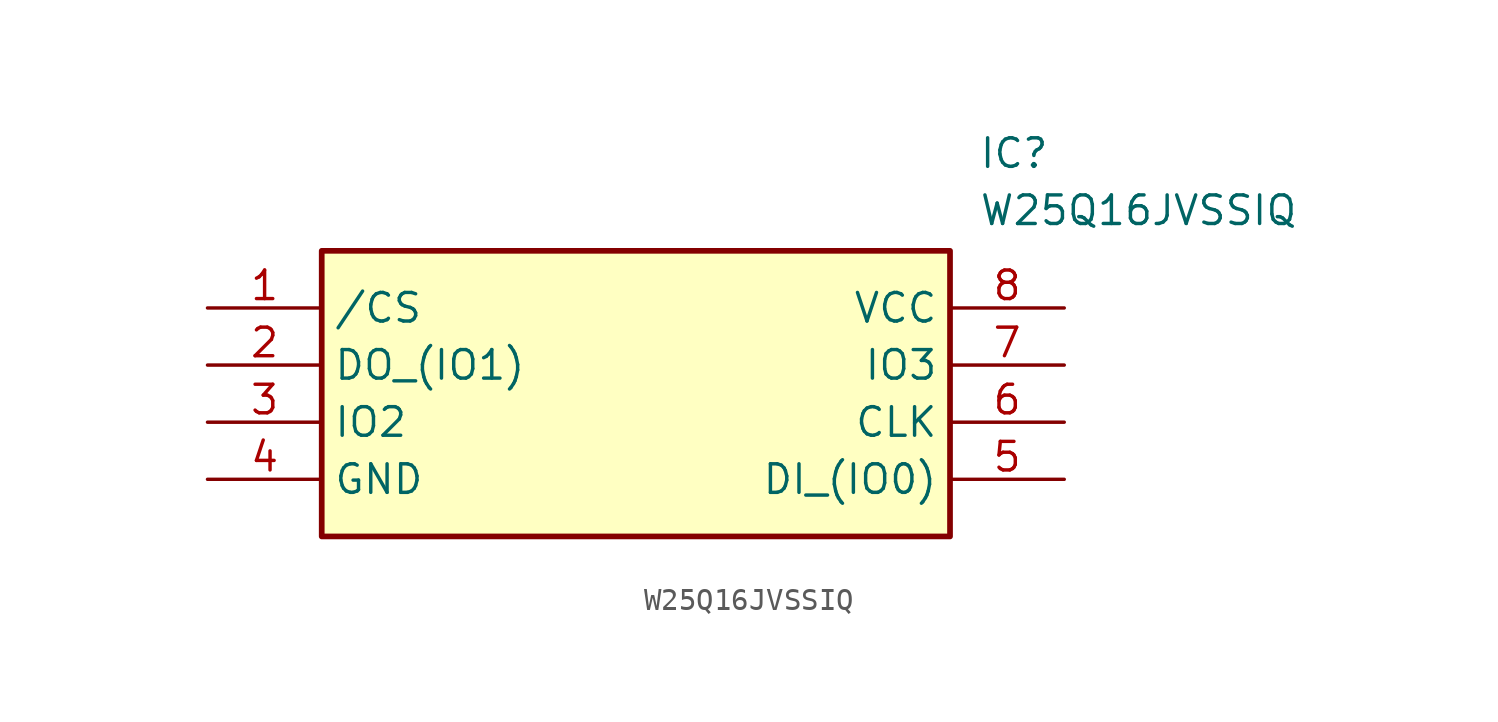
<source format=kicad_sym>
(kicad_symbol_lib
  (version 20211014)
  (generator SamacSys_ECAD_Model)
  (symbol "W25Q16JVSSIQ"
    (property "Reference" "IC"
      (at 34.29 7.62 0)
      (effects (font (size 1.27 1.27)) (justify left top)))
    (property "Value" "W25Q16JVSSIQ"
      (at 34.29 5.08 0)
      (effects (font (size 1.27 1.27)) (justify left top)))
    (rectangle
      (start 5.08 2.54)
      (end 33.02 -10.16)
      (stroke (width 0.254) (type default))
      (fill (type background)))
    (pin passive line
      (at 0 0 0)
      (length 5.08)
      (name "/CS" (effects (font (size 1.27 1.27))))
      (number "1" (effects (font (size 1.27 1.27)))))
    (pin passive line
      (at 0 -2.54 0)
      (length 5.08)
      (name "DO_(IO1)" (effects (font (size 1.27 1.27))))
      (number "2" (effects (font (size 1.27 1.27)))))
    (pin passive line
      (at 0 -5.08 0)
      (length 5.08)
      (name "IO2" (effects (font (size 1.27 1.27))))
      (number "3" (effects (font (size 1.27 1.27)))))
    (pin passive line
      (at 0 -7.62 0)
      (length 5.08)
      (name "GND" (effects (font (size 1.27 1.27))))
      (number "4" (effects (font (size 1.27 1.27)))))
    (pin passive line
      (at 38.1 0 180)
      (length 5.08)
      (name "VCC" (effects (font (size 1.27 1.27))))
      (number "8" (effects (font (size 1.27 1.27)))))
    (pin passive line
      (at 38.1 -2.54 180)
      (length 5.08)
      (name "IO3" (effects (font (size 1.27 1.27))))
      (number "7" (effects (font (size 1.27 1.27)))))
    (pin passive line
      (at 38.1 -5.08 180)
      (length 5.08)
      (name "CLK" (effects (font (size 1.27 1.27))))
      (number "6" (effects (font (size 1.27 1.27)))))
    (pin passive line
      (at 38.1 -7.62 180)
      (length 5.08)
      (name "DI_(IO0)" (effects (font (size 1.27 1.27))))
      (number "5" (effects (font (size 1.27 1.27)))))))
</source>
